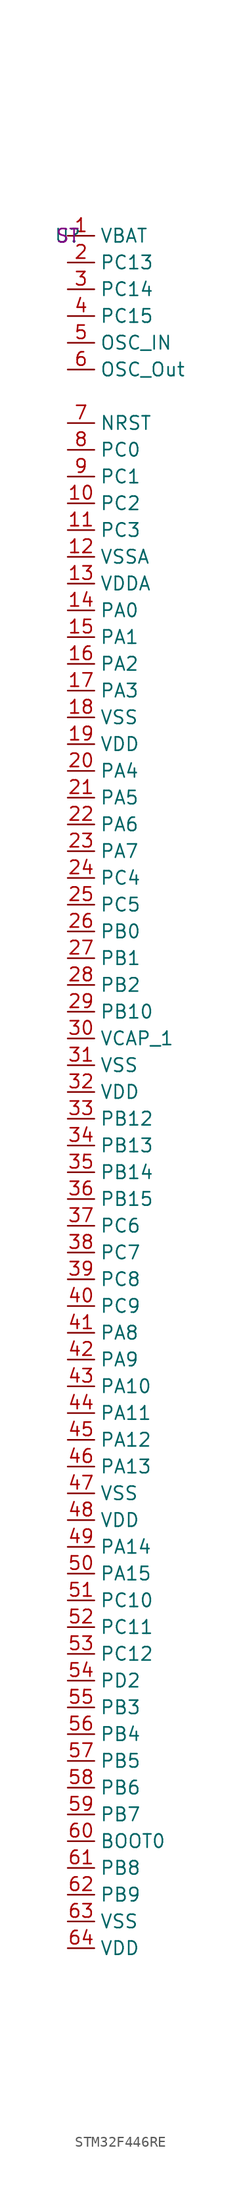
<source format=kicad_sym>
(kicad_symbol_lib
  (version 20231120)
  (generator "kicad_symbol_editor")
  (generator_version "8.0")
  (symbol "STM32F446RE"
    (property "Reference" "U"
      (at 0 0 0)
      (effects (font (size 1.27 1.27))))
    (property "Value" ""
      (at 0 0 0)
      (effects (font (size 1.27 1.27))))
    (property "Manufacturer" "ST"
      (at 0 0 0)
      (effects (font (size 1.27 1.27))))
    (property "MPN" ""
      (at 0 0 0)
      (effects (font (size 1.27 1.27))))
    (symbol "STM32F446RE_0_0"
      (pin power_in line (at 0 0 0) (length 2.54) (name "VBAT" (effects (font (size 1.27 1.27)))) (number "1" (effects (font (size 1.27 1.27)))))
      (pin unspecified line (at 0 -25.4 0) (length 2.54) (name "PC2" (effects (font (size 1.27 1.27)))) (number "10" (effects (font (size 1.27 1.27)))))
      (pin unspecified line (at 0 -27.94 0) (length 2.54) (name "PC3" (effects (font (size 1.27 1.27)))) (number "11" (effects (font (size 1.27 1.27)))))
      (pin unspecified line (at 0 -30.48 0) (length 2.54) (name "VSSA" (effects (font (size 1.27 1.27)))) (number "12" (effects (font (size 1.27 1.27)))))
      (pin unspecified line (at 0 -33.02 0) (length 2.54) (name "VDDA" (effects (font (size 1.27 1.27)))) (number "13" (effects (font (size 1.27 1.27)))))
      (pin unspecified line (at 0 -35.56 0) (length 2.54) (name "PA0" (effects (font (size 1.27 1.27)))) (number "14" (effects (font (size 1.27 1.27)))))
      (pin unspecified line (at 0 -38.1 0) (length 2.54) (name "PA1" (effects (font (size 1.27 1.27)))) (number "15" (effects (font (size 1.27 1.27)))))
      (pin unspecified line (at 0 -40.64 0) (length 2.54) (name "PA2" (effects (font (size 1.27 1.27)))) (number "16" (effects (font (size 1.27 1.27)))))
      (pin unspecified line (at 0 -43.18 0) (length 2.54) (name "PA3" (effects (font (size 1.27 1.27)))) (number "17" (effects (font (size 1.27 1.27)))))
      (pin unspecified line (at 0 -45.72 0) (length 2.54) (name "VSS" (effects (font (size 1.27 1.27)))) (number "18" (effects (font (size 1.27 1.27)))))
      (pin unspecified line (at 0 -48.26 0) (length 2.54) (name "VDD" (effects (font (size 1.27 1.27)))) (number "19" (effects (font (size 1.27 1.27)))))
      (pin unspecified line (at 0 -50.8 0) (length 2.54) (name "PA4" (effects (font (size 1.27 1.27)))) (number "20" (effects (font (size 1.27 1.27)))))
      (pin unspecified line (at 0 -53.34 0) (length 2.54) (name "PA5" (effects (font (size 1.27 1.27)))) (number "21" (effects (font (size 1.27 1.27)))))
      (pin unspecified line (at 0 -55.88 0) (length 2.54) (name "PA6" (effects (font (size 1.27 1.27)))) (number "22" (effects (font (size 1.27 1.27)))))
      (pin unspecified line (at 0 -58.42 0) (length 2.54) (name "PA7" (effects (font (size 1.27 1.27)))) (number "23" (effects (font (size 1.27 1.27)))))
      (pin unspecified line (at 0 -60.96 0) (length 2.54) (name "PC4" (effects (font (size 1.27 1.27)))) (number "24" (effects (font (size 1.27 1.27)))))
      (pin unspecified line (at 0 -63.5 0) (length 2.54) (name "PC5" (effects (font (size 1.27 1.27)))) (number "25" (effects (font (size 1.27 1.27)))))
      (pin unspecified line (at 0 -66.04 0) (length 2.54) (name "PB0" (effects (font (size 1.27 1.27)))) (number "26" (effects (font (size 1.27 1.27)))))
      (pin input line (at 0 -10.16 0) (length 2.54) (name "OSC_IN" (effects (font (size 1.27 1.27)))) (number "5" (effects (font (size 1.27 1.27)))))
      (pin output line (at 0 -12.7 0) (length 2.54) (name "OSC_Out" (effects (font (size 1.27 1.27)))) (number "6" (effects (font (size 1.27 1.27)))))
      (pin unspecified line (at 0 -17.78 0) (length 2.54) (name "NRST" (effects (font (size 1.27 1.27)))) (number "7" (effects (font (size 1.27 1.27)))))
      (pin unspecified line (at 0 -20.32 0) (length 2.54) (name "PC0" (effects (font (size 1.27 1.27)))) (number "8" (effects (font (size 1.27 1.27)))))
      (pin unspecified line (at 0 -22.86 0) (length 2.54) (name "PC1" (effects (font (size 1.27 1.27)))) (number "9" (effects (font (size 1.27 1.27))))))
    (symbol "STM32F446RE_1_0"
      (pin bidirectional line (at 0 -2.54 0) (length 2.54) (name "PC13" (effects (font (size 1.27 1.27)))) (number "2" (effects (font (size 1.27 1.27)))) (alternate "EVENTOUT" output line) (alternate "TAMP_1/WKUP" input line))
      (pin unspecified line (at 0 -68.58 0) (length 2.54) (name "PB1" (effects (font (size 1.27 1.27)))) (number "27" (effects (font (size 1.27 1.27)))))
      (pin unspecified line (at 0 -71.12 0) (length 2.54) (name "PB2" (effects (font (size 1.27 1.27)))) (number "28" (effects (font (size 1.27 1.27)))))
      (pin unspecified line (at 0 -73.66 0) (length 2.54) (name "PB10" (effects (font (size 1.27 1.27)))) (number "29" (effects (font (size 1.27 1.27)))))
      (pin bidirectional line (at 0 -5.08 0) (length 2.54) (name "PC14" (effects (font (size 1.27 1.27)))) (number "3" (effects (font (size 1.27 1.27)))) (alternate "EVENTOUT" output line) (alternate "OSC32_IN" input clock))
      (pin unspecified line (at 0 -76.2 0) (length 2.54) (name "VCAP_1" (effects (font (size 1.27 1.27)))) (number "30" (effects (font (size 1.27 1.27)))))
      (pin unspecified line (at 0 -78.74 0) (length 2.54) (name "VSS" (effects (font (size 1.27 1.27)))) (number "31" (effects (font (size 1.27 1.27)))))
      (pin unspecified line (at 0 -81.28 0) (length 2.54) (name "VDD" (effects (font (size 1.27 1.27)))) (number "32" (effects (font (size 1.27 1.27)))))
      (pin unspecified line (at 0 -83.82 0) (length 2.54) (name "PB12" (effects (font (size 1.27 1.27)))) (number "33" (effects (font (size 1.27 1.27)))))
      (pin unspecified line (at 0 -86.36 0) (length 2.54) (name "PB13" (effects (font (size 1.27 1.27)))) (number "34" (effects (font (size 1.27 1.27)))))
      (pin unspecified line (at 0 -88.9 0) (length 2.54) (name "PB14" (effects (font (size 1.27 1.27)))) (number "35" (effects (font (size 1.27 1.27)))))
      (pin unspecified line (at 0 -91.44 0) (length 2.54) (name "PB15" (effects (font (size 1.27 1.27)))) (number "36" (effects (font (size 1.27 1.27)))))
      (pin unspecified line (at 0 -93.98 0) (length 2.54) (name "PC6" (effects (font (size 1.27 1.27)))) (number "37" (effects (font (size 1.27 1.27)))))
      (pin unspecified line (at 0 -96.52 0) (length 2.54) (name "PC7" (effects (font (size 1.27 1.27)))) (number "38" (effects (font (size 1.27 1.27)))))
      (pin unspecified line (at 0 -99.06 0) (length 2.54) (name "PC8" (effects (font (size 1.27 1.27)))) (number "39" (effects (font (size 1.27 1.27)))))
      (pin bidirectional line (at 0 -7.62 0) (length 2.54) (name "PC15" (effects (font (size 1.27 1.27)))) (number "4" (effects (font (size 1.27 1.27)))) (alternate "EVENTOUT" output line) (alternate "OSC32_OUT" output clock))
      (pin unspecified line (at 0 -101.6 0) (length 2.54) (name "PC9" (effects (font (size 1.27 1.27)))) (number "40" (effects (font (size 1.27 1.27)))))
      (pin unspecified line (at 0 -104.14 0) (length 2.54) (name "PA8" (effects (font (size 1.27 1.27)))) (number "41" (effects (font (size 1.27 1.27)))))
      (pin unspecified line (at 0 -106.68 0) (length 2.54) (name "PA9" (effects (font (size 1.27 1.27)))) (number "42" (effects (font (size 1.27 1.27)))))
      (pin unspecified line (at 0 -109.22 0) (length 2.54) (name "PA10" (effects (font (size 1.27 1.27)))) (number "43" (effects (font (size 1.27 1.27)))))
      (pin unspecified line (at 0 -111.76 0) (length 2.54) (name "PA11" (effects (font (size 1.27 1.27)))) (number "44" (effects (font (size 1.27 1.27)))))
      (pin unspecified line (at 0 -114.3 0) (length 2.54) (name "PA12" (effects (font (size 1.27 1.27)))) (number "45" (effects (font (size 1.27 1.27)))))
      (pin unspecified line (at 0 -116.84 0) (length 2.54) (name "PA13" (effects (font (size 1.27 1.27)))) (number "46" (effects (font (size 1.27 1.27)))))
      (pin unspecified line (at 0 -119.38 0) (length 2.54) (name "VSS" (effects (font (size 1.27 1.27)))) (number "47" (effects (font (size 1.27 1.27)))))
      (pin unspecified line (at 0 -121.92 0) (length 2.54) (name "VDD" (effects (font (size 1.27 1.27)))) (number "48" (effects (font (size 1.27 1.27)))))
      (pin unspecified line (at 0 -124.46 0) (length 2.54) (name "PA14" (effects (font (size 1.27 1.27)))) (number "49" (effects (font (size 1.27 1.27)))))
      (pin unspecified line (at 0 -127 0) (length 2.54) (name "PA15" (effects (font (size 1.27 1.27)))) (number "50" (effects (font (size 1.27 1.27)))))
      (pin unspecified line (at 0 -129.54 0) (length 2.54) (name "PC10" (effects (font (size 1.27 1.27)))) (number "51" (effects (font (size 1.27 1.27)))))
      (pin unspecified line (at 0 -132.08 0) (length 2.54) (name "PC11" (effects (font (size 1.27 1.27)))) (number "52" (effects (font (size 1.27 1.27)))))
      (pin unspecified line (at 0 -134.62 0) (length 2.54) (name "PC12" (effects (font (size 1.27 1.27)))) (number "53" (effects (font (size 1.27 1.27)))))
      (pin unspecified line (at 0 -137.16 0) (length 2.54) (name "PD2" (effects (font (size 1.27 1.27)))) (number "54" (effects (font (size 1.27 1.27)))))
      (pin unspecified line (at 0 -139.7 0) (length 2.54) (name "PB3" (effects (font (size 1.27 1.27)))) (number "55" (effects (font (size 1.27 1.27)))))
      (pin unspecified line (at 0 -142.24 0) (length 2.54) (name "PB4" (effects (font (size 1.27 1.27)))) (number "56" (effects (font (size 1.27 1.27)))))
      (pin unspecified line (at 0 -144.78 0) (length 2.54) (name "PB5" (effects (font (size 1.27 1.27)))) (number "57" (effects (font (size 1.27 1.27)))))
      (pin unspecified line (at 0 -147.32 0) (length 2.54) (name "PB6" (effects (font (size 1.27 1.27)))) (number "58" (effects (font (size 1.27 1.27)))))
      (pin unspecified line (at 0 -149.86 0) (length 2.54) (name "PB7" (effects (font (size 1.27 1.27)))) (number "59" (effects (font (size 1.27 1.27)))))
      (pin unspecified line (at 0 -152.4 0) (length 2.54) (name "BOOT0" (effects (font (size 1.27 1.27)))) (number "60" (effects (font (size 1.27 1.27)))))
      (pin unspecified line (at 0 -154.94 0) (length 2.54) (name "PB8" (effects (font (size 1.27 1.27)))) (number "61" (effects (font (size 1.27 1.27)))))
      (pin unspecified line (at 0 -157.48 0) (length 2.54) (name "PB9" (effects (font (size 1.27 1.27)))) (number "62" (effects (font (size 1.27 1.27)))))
      (pin unspecified line (at 0 -160.02 0) (length 2.54) (name "VSS" (effects (font (size 1.27 1.27)))) (number "63" (effects (font (size 1.27 1.27)))))
      (pin unspecified line (at 0 -162.56 0) (length 2.54) (name "VDD" (effects (font (size 1.27 1.27)))) (number "64" (effects (font (size 1.27 1.27))))))))
</source>
